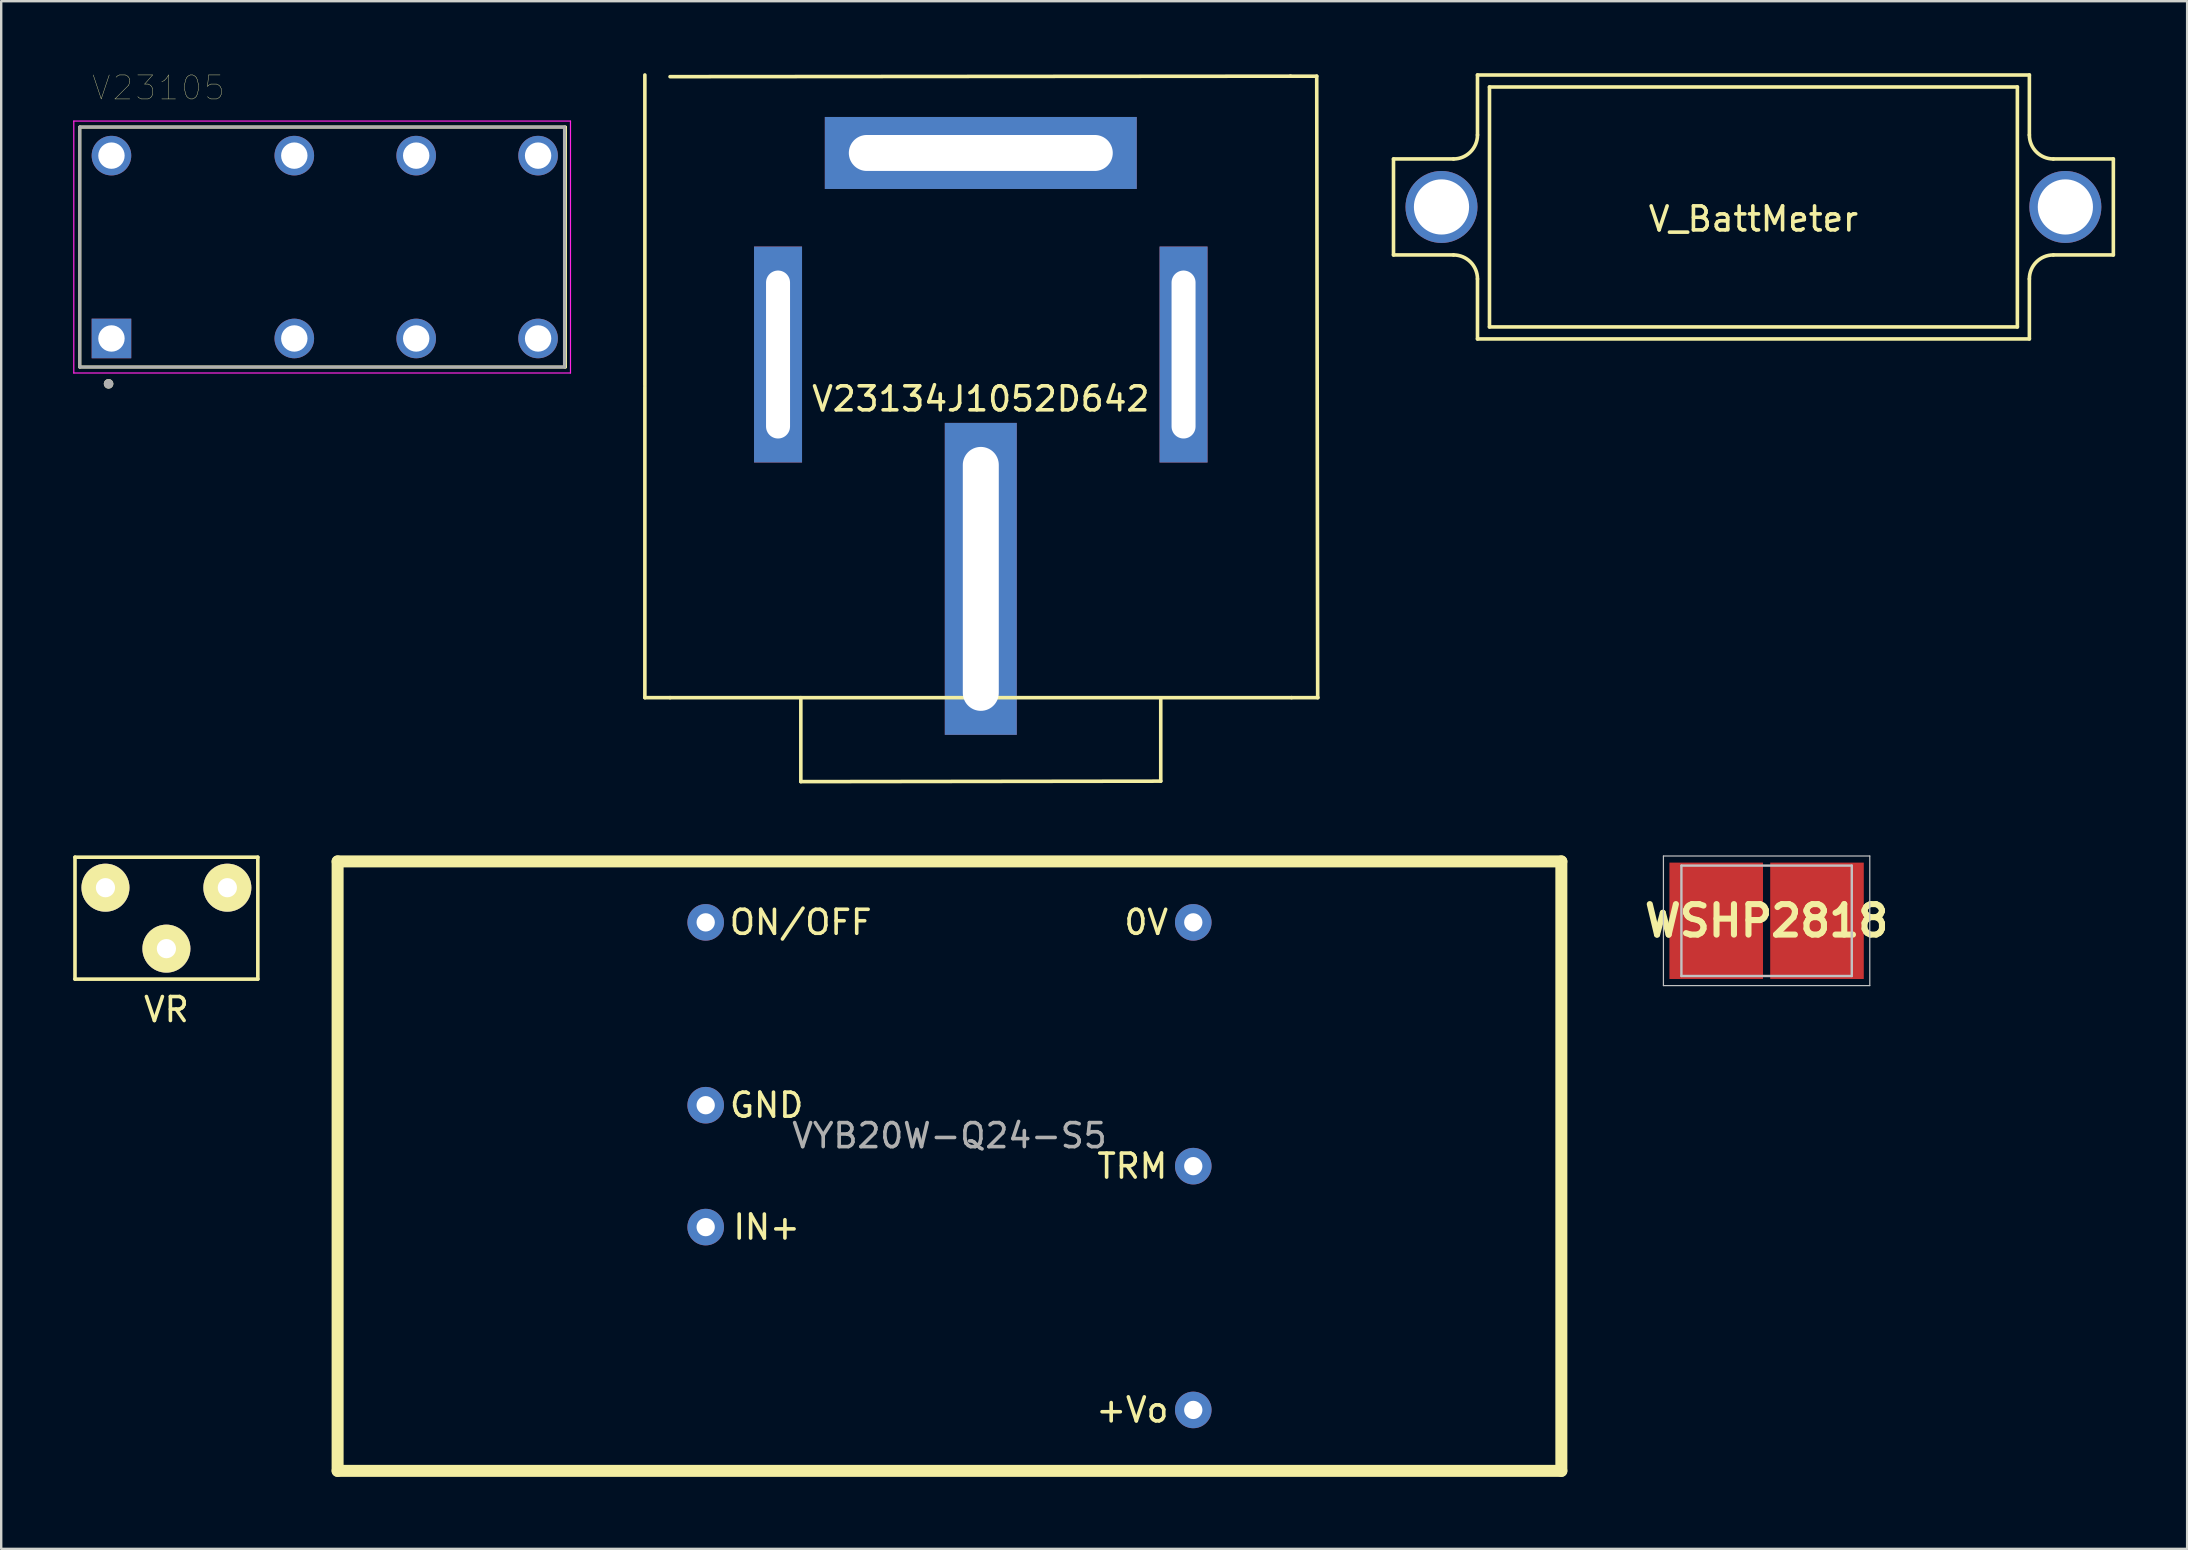
<source format=kicad_pcb>
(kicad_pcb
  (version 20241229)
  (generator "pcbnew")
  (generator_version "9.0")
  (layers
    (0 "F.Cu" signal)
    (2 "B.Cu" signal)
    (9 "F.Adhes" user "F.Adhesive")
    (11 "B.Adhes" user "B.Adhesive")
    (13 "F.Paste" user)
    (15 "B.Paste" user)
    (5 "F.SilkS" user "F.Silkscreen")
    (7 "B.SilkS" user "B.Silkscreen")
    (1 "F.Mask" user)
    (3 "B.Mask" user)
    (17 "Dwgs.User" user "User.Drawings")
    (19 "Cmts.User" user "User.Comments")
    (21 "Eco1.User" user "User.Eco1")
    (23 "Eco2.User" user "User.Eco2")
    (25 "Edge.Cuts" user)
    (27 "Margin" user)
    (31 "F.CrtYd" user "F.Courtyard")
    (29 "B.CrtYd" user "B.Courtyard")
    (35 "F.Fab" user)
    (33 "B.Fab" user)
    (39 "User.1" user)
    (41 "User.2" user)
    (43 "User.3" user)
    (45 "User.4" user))
  (footprint "WSHP2818"
    (layer "F.Cu")
    (at 70.574 35.325)
    (property "Reference" "WSHP2818" (at 0 0 0) (layer "F.SilkS") (effects (font (size 1.27 1.27) (thickness 0.254))))
    (attr smd)
    (fp_line (start -4.3 -2.7) (end 4.3 -2.7) (stroke (width 0.05) (type solid)) (layer "Dwgs.User"))
    (fp_line (start -4.3 2.7) (end -4.3 -2.7) (stroke (width 0.05) (type solid)) (layer "Dwgs.User"))
    (fp_line (start -3.55 -2.3) (end 3.55 -2.3) (stroke (width 0.1) (type solid)) (layer "Dwgs.User"))
    (fp_line (start -3.55 2.3) (end -3.55 -2.3) (stroke (width 0.1) (type solid)) (layer "Dwgs.User"))
    (fp_line (start 3.55 -2.3) (end 3.55 2.3) (stroke (width 0.1) (type solid)) (layer "Dwgs.User"))
    (fp_line (start 3.55 2.3) (end -3.55 2.3) (stroke (width 0.1) (type solid)) (layer "Dwgs.User"))
    (fp_line (start 4.3 -2.7) (end 4.3 2.7) (stroke (width 0.05) (type solid)) (layer "Dwgs.User"))
    (fp_line (start 4.3 2.7) (end -4.3 2.7) (stroke (width 0.05) (type solid)) (layer "Dwgs.User"))
    (pad "1" smd rect (at -2.1 0) (size 3.9 4.85) (layers "F.Cu" "F.Mask" "F.Paste"))
    (pad "2" smd rect (at 2.1 0) (size 3.9 4.85) (layers "F.Cu" "F.Mask" "F.Paste")))
  (footprint "V23134J1052D642"
    (layer "F.Cu")
    (at 37.825 13.075)
    (property "Reference" "V23134J1052D642" (at 0 0.5 0) (layer "F.SilkS") (effects (font (size 1 1) (thickness 0.15))))
    (attr through_hole)
    (fp_line (start -14 -13) (end -14 -0.07) (stroke (width 0.15) (type solid)) (layer "F.SilkS"))
    (fp_line (start -14 0) (end -14 12.95) (stroke (width 0.15) (type solid)) (layer "F.SilkS"))
    (fp_line (start -14 12.95) (end -12.95 12.95) (stroke (width 0.15) (type solid)) (layer "F.SilkS"))
    (fp_line (start -12.95 12.95) (end 12.95 12.95) (stroke (width 0.15) (type solid)) (layer "F.SilkS"))
    (fp_line (start -7.5 16.45) (end -7.5 12.95) (stroke (width 0.15) (type solid)) (layer "F.SilkS"))
    (fp_line (start -7.5 16.45) (end 7.5 16.43) (stroke (width 0.15) (type solid)) (layer "F.SilkS"))
    (fp_line (start 7.5 16.43) (end 7.5 12.98) (stroke (width 0.15) (type solid)) (layer "F.SilkS"))
    (fp_line (start 12.9 -12.95) (end 14 -12.95) (stroke (width 0.15) (type solid)) (layer "F.SilkS"))
    (fp_line (start 12.91 -12.95) (end -12.95 -12.93) (stroke (width 0.15) (type solid)) (layer "F.SilkS"))
    (fp_line (start 12.95 12.95) (end 14.05 12.95) (stroke (width 0.15) (type solid)) (layer "F.SilkS"))
    (fp_line (start 14.04 12.95) (end 14 -12.95) (stroke (width 0.15) (type solid)) (layer "F.SilkS"))
    (pad "30" thru_hole rect (at 0 8) (size 3 13) (drill oval 1.5 11) (layers "*.Cu" "*.Mask"))
    (pad "85" thru_hole rect (at 8.45 -1.35) (size 2 9) (drill oval 1 7) (layers "*.Cu" "*.Mask"))
    (pad "86" thru_hole rect (at -8.45 -1.35) (size 2 9) (drill oval 1 7) (layers "*.Cu" "*.Mask"))
    (pad "87" thru_hole rect (at 0 -9.75 90) (size 3 13) (drill oval 1.5 11) (layers "*.Cu" "*.Mask")))
  (footprint "V_BattMeter"
    (layer "F.Cu")
    (at 70.025 5.575)
    (property "Reference" "V_BattMeter" (at 0 0.5 0) (layer "F.SilkS") (effects (font (size 1 1) (thickness 0.15))))
    (attr through_hole)
    (fp_line (start -15 -2) (end -15 2) (stroke (width 0.15) (type solid)) (layer "F.SilkS"))
    (fp_line (start -15 -2) (end -12.5 -2) (stroke (width 0.15) (type solid)) (layer "F.SilkS"))
    (fp_line (start -12.5 2) (end -15 2) (stroke (width 0.15) (type solid)) (layer "F.SilkS"))
    (fp_line (start -11.5 -5.5) (end 11.5 -5.5) (stroke (width 0.15) (type solid)) (layer "F.SilkS"))
    (fp_line (start -11.5 -3) (end -11.5 -5.5) (stroke (width 0.15) (type solid)) (layer "F.SilkS"))
    (fp_line (start -11.5 3) (end -11.5 5.5) (stroke (width 0.15) (type solid)) (layer "F.SilkS"))
    (fp_line (start -11 -5) (end -11 5) (stroke (width 0.15) (type solid)) (layer "F.SilkS"))
    (fp_line (start -11 5) (end 11 5) (stroke (width 0.15) (type solid)) (layer "F.SilkS"))
    (fp_line (start 11 -5) (end -11 -5) (stroke (width 0.15) (type solid)) (layer "F.SilkS"))
    (fp_line (start 11 5) (end 11 -5) (stroke (width 0.15) (type solid)) (layer "F.SilkS"))
    (fp_line (start 11.5 -3) (end 11.5 -5.5) (stroke (width 0.15) (type solid)) (layer "F.SilkS"))
    (fp_line (start 11.5 3) (end 11.5 5.5) (stroke (width 0.15) (type solid)) (layer "F.SilkS"))
    (fp_line (start 11.5 5.5) (end -11.5 5.5) (stroke (width 0.15) (type solid)) (layer "F.SilkS"))
    (fp_line (start 12.5 -2) (end 15 -2) (stroke (width 0.15) (type solid)) (layer "F.SilkS"))
    (fp_line (start 15 -2) (end 15 2) (stroke (width 0.15) (type solid)) (layer "F.SilkS"))
    (fp_line (start 15 2) (end 12.5 2) (stroke (width 0.15) (type solid)) (layer "F.SilkS"))
    (fp_arc (start -12.5 2) (mid -11.792893 2.292893) (end -11.5 3) (stroke (width 0.15) (type solid)) (layer "F.SilkS"))
    (fp_arc (start -11.5 -3) (mid -11.792893 -2.292893) (end -12.5 -2) (stroke (width 0.15) (type solid)) (layer "F.SilkS"))
    (fp_arc (start 11.5 3) (mid 11.792893 2.292893) (end 12.5 2) (stroke (width 0.15) (type solid)) (layer "F.SilkS"))
    (fp_arc (start 12.5 -2) (mid 11.792893 -2.292893) (end 11.5 -3) (stroke (width 0.15) (type solid)) (layer "F.SilkS"))
    (pad "1" thru_hole circle (at -13 0) (size 3 3) (drill 2.3) (layers "*.Cu" "*.Mask"))
    (pad "2" thru_hole circle (at 13 0) (size 3 3) (drill 2.3) (layers "*.Cu" "*.Mask")))
  (footprint "VR"
    (layer "F.Cu")
    (at 3.885 33.945)
    (property "Reference" "VR" (at 0 5.08 0) (layer "F.SilkS") (effects (font (size 1 1) (thickness 0.15))))
    (attr through_hole)
    (fp_line (start -3.81 -1.27) (end 3.81 -1.27) (stroke (width 0.15) (type solid)) (layer "F.SilkS"))
    (fp_line (start -3.81 3.81) (end -3.81 -1.27) (stroke (width 0.15) (type solid)) (layer "F.SilkS"))
    (fp_line (start 3.81 -1.27) (end 3.81 3.81) (stroke (width 0.15) (type solid)) (layer "F.SilkS"))
    (fp_line (start 3.81 3.81) (end -3.81 3.81) (stroke (width 0.15) (type solid)) (layer "F.SilkS"))
    (pad "1" thru_hole circle (at -2.54 0) (size 2 2) (drill 0.8) (layers "*.Cu" "*.Mask" "F.SilkS"))
    (pad "2" thru_hole circle (at 0 2.54) (size 2 2) (drill 0.8) (layers "*.Cu" "*.Mask" "F.SilkS"))
    (pad "3" thru_hole circle (at 2.54 0) (size 2 2) (drill 0.8) (layers "*.Cu" "*.Mask" "F.SilkS")))
  (footprint "VYB20W-Q24-S5"
    (layer "F.Cu")
    (at 36.52 45.55)
    (property "Reference" "VYB20W-Q24-S5" (at 0 -1.27 0) (layer "F.Fab") (effects (font (size 1 1) (thickness 0.15))))
    (attr through_hole)
    (fp_line (start -25.5 -12.7) (end -25.5 12.7) (stroke (width 0.5) (type solid)) (layer "F.SilkS"))
    (fp_line (start -25.5 12.7) (end 25.5 12.7) (stroke (width 0.5) (type solid)) (layer "F.SilkS"))
    (fp_line (start 25.5 -12.7) (end -25.5 -12.7) (stroke (width 0.5) (type solid)) (layer "F.SilkS"))
    (fp_line (start 25.5 12.7) (end 25.5 -12.7) (stroke (width 0.5) (type solid)) (layer "F.SilkS"))
    (fp_text user "GND" (at -7.62 -2.54 0) (layer "F.SilkS") (effects (font (size 1 1) (thickness 0.15))))
    (fp_text user "TRM" (at 7.62 0 180) (layer "F.SilkS") (effects (font (size 1 1) (thickness 0.15))))
    (fp_text user "ON/OFF" (at -6.2 -10.16 0) (layer "F.SilkS") (effects (font (size 1 1) (thickness 0.15))))
    (fp_text user "0V" (at 8.2 -10.16 0) (layer "F.SilkS") (effects (font (size 1 1) (thickness 0.15))))
    (fp_text user "+Vo" (at 7.62 10.16 0) (layer "F.SilkS") (effects (font (size 1 1) (thickness 0.15))))
    (fp_text user "IN+" (at -7.62 2.54 180) (layer "F.SilkS") (effects (font (size 1 1) (thickness 0.15))))
    (pad "1" thru_hole circle (at -10.16 -2.54 180) (size 1.524 1.524) (drill 0.762) (layers "*.Cu" "*.Mask"))
    (pad "2" thru_hole circle (at -10.16 2.54 180) (size 1.524 1.524) (drill 0.762) (layers "*.Cu" "*.Mask"))
    (pad "3" thru_hole circle (at 10.16 10.16 180) (size 1.524 1.524) (drill 0.762) (layers "*.Cu" "*.Mask"))
    (pad "4" thru_hole circle (at 10.16 0 180) (size 1.524 1.524) (drill 0.762) (layers "*.Cu" "*.Mask"))
    (pad "5" thru_hole circle (at 10.16 -10.16 180) (size 1.524 1.524) (drill 0.762) (layers "*.Cu" "*.Mask"))
    (pad "6" thru_hole circle (at -10.16 -10.16 180) (size 1.524 1.524) (drill 0.762) (layers "*.Cu" "*.Mask")))
  (footprint "V23105"
    (layer "F.Cu")
    (at 10.375 7.246)
    (property "Reference" "V23105" (at -6.825 -6.635 0) (layer "F.SilkS") (effects (font (size 1 1) (thickness 0.015))))
    (attr through_hole)
    (fp_line (start -10.1 -5) (end 10.14 -5) (stroke (width 0.127) (type solid)) (layer "F.SilkS"))
    (fp_line (start -10.1 5) (end -10.1 -5) (stroke (width 0.127) (type solid)) (layer "F.SilkS"))
    (fp_line (start 10.14 -5) (end 10.14 5) (stroke (width 0.127) (type solid)) (layer "F.SilkS"))
    (fp_line (start 10.14 5) (end -10.1 5) (stroke (width 0.127) (type solid)) (layer "F.SilkS"))
    (fp_circle (center -8.9 5.7) (end -8.8 5.7) (stroke (width 0.2) (type solid)) (fill no) (layer "F.SilkS"))
    (fp_line (start -10.35 -5.25) (end 10.35 -5.25) (stroke (width 0.05) (type solid)) (layer "F.CrtYd"))
    (fp_line (start -10.35 5.25) (end -10.35 -5.25) (stroke (width 0.05) (type solid)) (layer "F.CrtYd"))
    (fp_line (start 10.35 -5.25) (end 10.35 5.25) (stroke (width 0.05) (type solid)) (layer "F.CrtYd"))
    (fp_line (start 10.35 5.25) (end -10.35 5.25) (stroke (width 0.05) (type solid)) (layer "F.CrtYd"))
    (fp_line (start -10.1 -5) (end 10.1 -5) (stroke (width 0.127) (type solid)) (layer "F.Fab"))
    (fp_line (start -10.1 5) (end -10.1 -5) (stroke (width 0.127) (type solid)) (layer "F.Fab"))
    (fp_line (start 10.1 -5) (end 10.1 5) (stroke (width 0.127) (type solid)) (layer "F.Fab"))
    (fp_line (start 10.1 5) (end -10.1 5) (stroke (width 0.127) (type solid)) (layer "F.Fab"))
    (fp_circle (center -8.9 5.7) (end -8.8 5.7) (stroke (width 0.2) (type solid)) (fill no) (layer "F.Fab"))
    (pad "1" thru_hole rect (at -8.78 3.81) (size 1.65 1.65) (drill 1.1) (layers "*.Cu" "*.Mask"))
    (pad "4" thru_hole circle (at -1.16 3.81) (size 1.65 1.65) (drill 1.1) (layers "*.Cu" "*.Mask"))
    (pad "6" thru_hole circle (at 3.92 3.81) (size 1.65 1.65) (drill 1.1) (layers "*.Cu" "*.Mask"))
    (pad "8" thru_hole circle (at 9 3.81) (size 1.65 1.65) (drill 1.1) (layers "*.Cu" "*.Mask"))
    (pad "9" thru_hole circle (at 9 -3.81) (size 1.65 1.65) (drill 1.1) (layers "*.Cu" "*.Mask"))
    (pad "11" thru_hole circle (at 3.92 -3.81) (size 1.65 1.65) (drill 1.1) (layers "*.Cu" "*.Mask"))
    (pad "13" thru_hole circle (at -1.16 -3.81) (size 1.65 1.65) (drill 1.1) (layers "*.Cu" "*.Mask"))
    (pad "16" thru_hole circle (at -8.78 -3.81) (size 1.65 1.65) (drill 1.1) (layers "*.Cu" "*.Mask")))
  (gr_rect
    (start -3 -3)
    (end 88.1 61.5)
    (stroke (width 0.1) (type default))
    (fill no)
    (layer "Edge.Cuts")))
</source>
